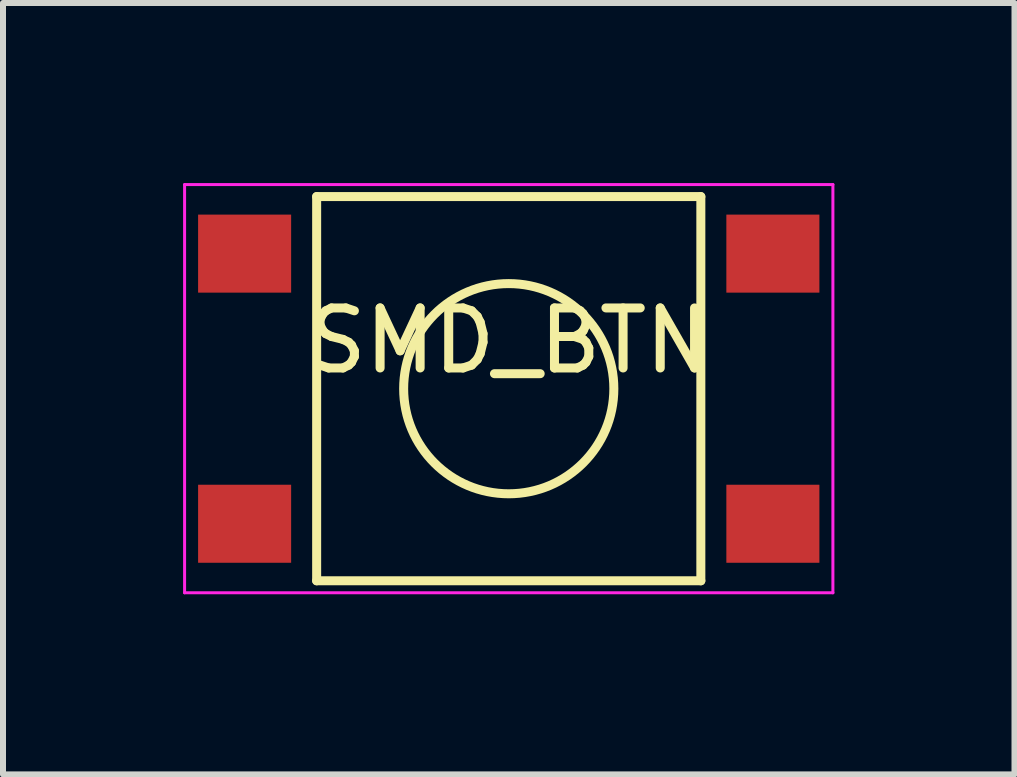
<source format=kicad_pcb>
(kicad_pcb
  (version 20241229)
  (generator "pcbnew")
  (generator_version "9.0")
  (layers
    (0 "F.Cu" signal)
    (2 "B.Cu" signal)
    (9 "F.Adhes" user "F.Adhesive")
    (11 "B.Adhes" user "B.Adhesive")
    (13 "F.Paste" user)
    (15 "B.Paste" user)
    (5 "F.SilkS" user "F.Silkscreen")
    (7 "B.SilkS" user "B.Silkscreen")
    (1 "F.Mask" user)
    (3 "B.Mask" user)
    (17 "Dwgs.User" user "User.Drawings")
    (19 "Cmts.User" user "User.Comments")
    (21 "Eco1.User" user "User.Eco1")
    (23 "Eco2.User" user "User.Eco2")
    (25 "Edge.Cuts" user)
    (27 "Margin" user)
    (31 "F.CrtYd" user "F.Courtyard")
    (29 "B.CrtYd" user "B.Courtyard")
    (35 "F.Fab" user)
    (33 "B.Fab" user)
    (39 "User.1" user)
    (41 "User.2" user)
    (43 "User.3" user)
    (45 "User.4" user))
  (footprint "SMD_BTN"
    (layer "F.Cu")
    (at 5.425 3.425)
    (property "Reference" "SMD_BTN" (at 0 -0.8 0) (layer "F.SilkS") (effects (font (size 1 1) (thickness 0.15))))
    (attr through_hole)
    (fp_line (start -3.2 -3.2) (end -3.2 3.2) (stroke (width 0.15) (type solid)) (layer "F.SilkS"))
    (fp_line (start -3.2 -3.2) (end 3.2 -3.2) (stroke (width 0.15) (type solid)) (layer "F.SilkS"))
    (fp_line (start -3.2 3.2) (end 3.2 3.2) (stroke (width 0.15) (type solid)) (layer "F.SilkS"))
    (fp_line (start 3.2 -3.2) (end 3.2 3.2) (stroke (width 0.15) (type solid)) (layer "F.SilkS"))
    (fp_circle (center 0 0) (end 1.75 -0.05) (stroke (width 0.15) (type solid)) (fill no) (layer "F.SilkS"))
    (fp_line (start -5.4 -3.4) (end -5.4 3.4) (stroke (width 0.05) (type solid)) (layer "F.CrtYd"))
    (fp_line (start -5.4 -3.4) (end 5.4 -3.4) (stroke (width 0.05) (type solid)) (layer "F.CrtYd"))
    (fp_line (start -5.4 3.4) (end 5.4 3.4) (stroke (width 0.05) (type solid)) (layer "F.CrtYd"))
    (fp_line (start 5.4 3.4) (end 5.4 -3.4) (stroke (width 0.05) (type solid)) (layer "F.CrtYd"))
    (pad "1" smd rect (at -4.4 -2.25) (size 1.55 1.3) (layers "F.Cu" "F.Mask" "F.Paste"))
    (pad "1" smd rect (at 4.4 -2.25) (size 1.55 1.3) (layers "F.Cu" "F.Mask" "F.Paste"))
    (pad "2" smd rect (at -4.4 2.25) (size 1.55 1.3) (layers "F.Cu" "F.Mask" "F.Paste"))
    (pad "2" smd rect (at 4.4 2.25) (size 1.55 1.3) (layers "F.Cu" "F.Mask" "F.Paste")))
  (gr_rect
    (start -3 -3)
    (end 13.85 9.85)
    (stroke (width 0.1) (type default))
    (fill no)
    (layer "Edge.Cuts")))
</source>
